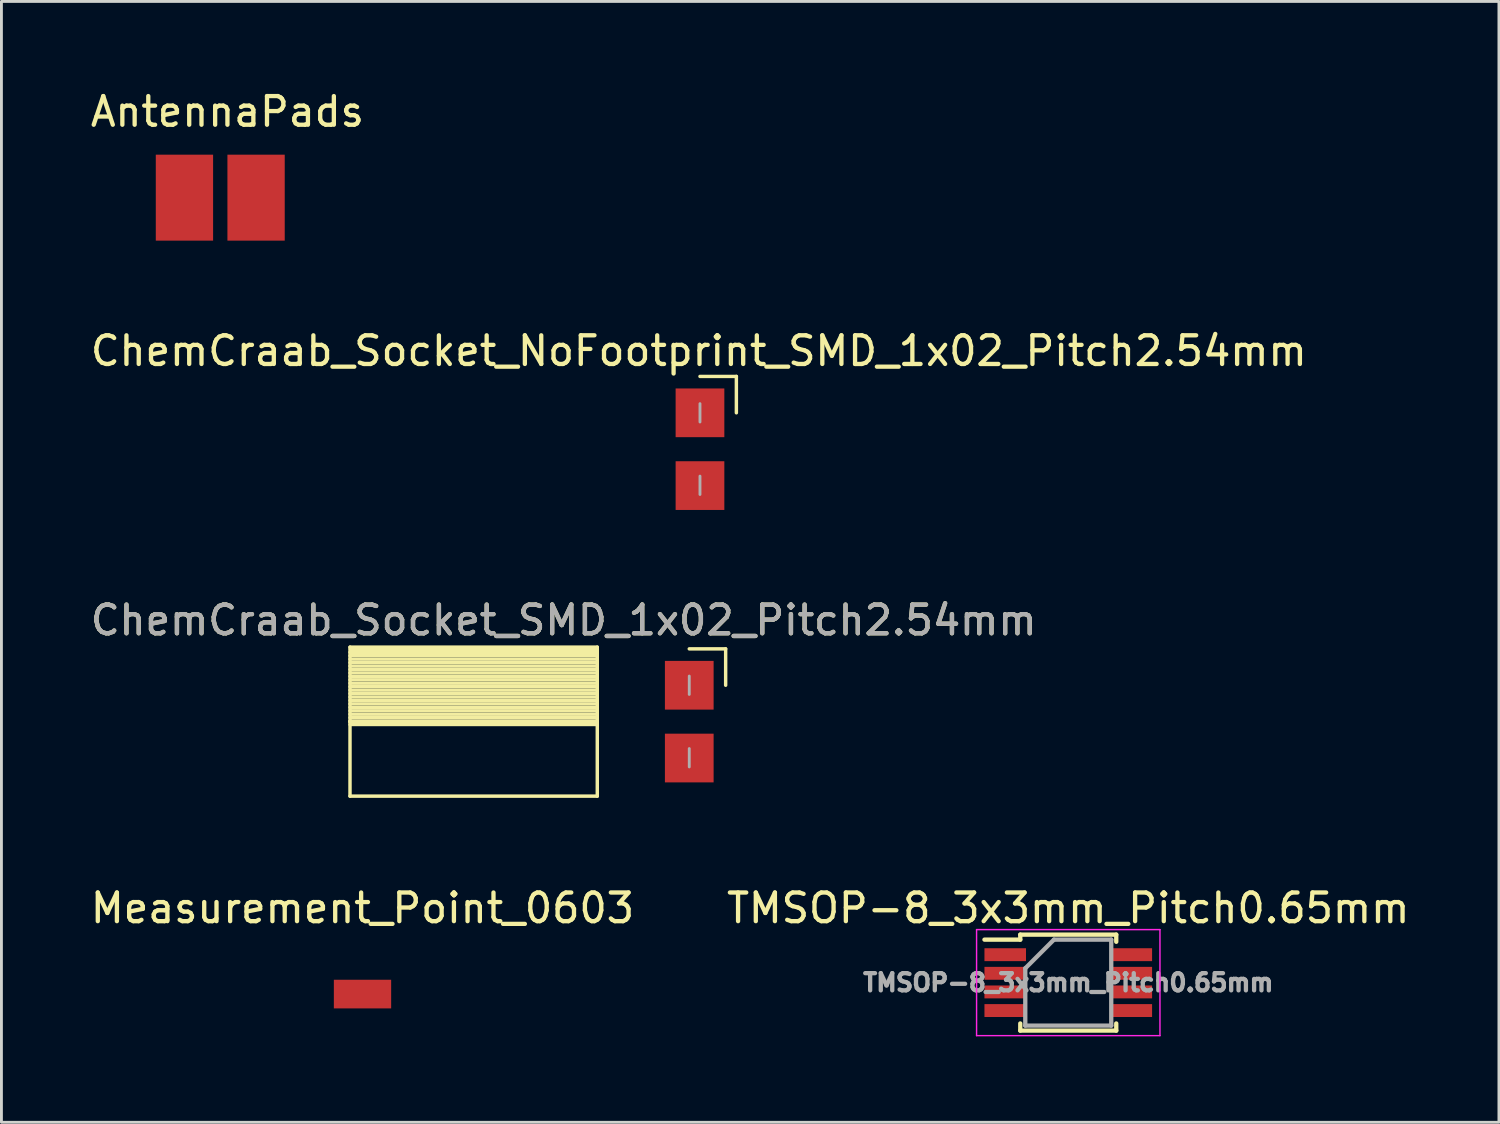
<source format=kicad_pcb>
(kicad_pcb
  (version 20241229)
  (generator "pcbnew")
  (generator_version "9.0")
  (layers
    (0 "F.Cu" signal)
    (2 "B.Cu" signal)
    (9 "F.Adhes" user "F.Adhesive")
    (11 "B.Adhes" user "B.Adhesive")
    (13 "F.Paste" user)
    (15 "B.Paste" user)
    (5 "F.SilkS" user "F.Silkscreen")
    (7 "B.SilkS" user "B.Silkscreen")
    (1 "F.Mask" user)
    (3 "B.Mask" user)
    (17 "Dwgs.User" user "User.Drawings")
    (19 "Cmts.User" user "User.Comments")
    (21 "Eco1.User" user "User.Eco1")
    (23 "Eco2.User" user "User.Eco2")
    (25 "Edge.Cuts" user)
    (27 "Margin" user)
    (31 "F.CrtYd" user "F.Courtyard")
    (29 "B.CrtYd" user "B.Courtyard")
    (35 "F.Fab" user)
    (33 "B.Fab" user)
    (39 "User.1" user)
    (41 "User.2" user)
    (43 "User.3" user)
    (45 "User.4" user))
  (footprint "ChemCraab_Socket_NoFootprint_SMD_1x02_Pitch2.54mm"
    (layer "F.Cu")
    (at 21.379 11.357)
    (property "Reference" "ChemCraab_Socket_NoFootprint_SMD_1x02_Pitch2.54mm" (at -0.04 -2.16 0) (layer "F.SilkS") (effects (font (size 1 1) (thickness 0.15))))
    (attr through_hole)
    (fp_line (start 0 -1.27) (end 1.27 -1.27) (stroke (width 0.12) (type solid)) (layer "F.SilkS"))
    (fp_line (start 1.27 -1.27) (end 1.27 0) (stroke (width 0.12) (type solid)) (layer "F.SilkS"))
    (fp_line (start 0 -0.32) (end 0 0.32) (stroke (width 0.1) (type solid)) (layer "F.Fab"))
    (fp_line (start 0 2.21) (end 0 2.85) (stroke (width 0.1) (type solid)) (layer "F.Fab"))
    (pad "1" smd rect (at 0 0) (size 1.7 1.7) (layers "F.Cu" "F.Mask" "F.Paste"))
    (pad "2" smd rect (at 0 2.54) (size 1.7 1.7) (layers "F.Cu" "F.Mask" "F.Paste")))
  (footprint "ChemCraab_Socket_SMD_1x02_Pitch2.54mm"
    (layer "F.Cu")
    (at 21.005 20.865)
    (property "Reference" "ChemCraab_Socket_SMD_1x02_Pitch2.54mm" (at -4.38 -2.27 0) (layer "F.SilkS") (effects (font (size 1 1) (thickness 0.15))))
    (attr through_hole)
    (fp_line (start -11.84 -1.33) (end -3.21 -1.33) (stroke (width 0.12) (type solid)) (layer "F.SilkS"))
    (fp_line (start -11.84 1.27) (end -11.84 -1.33) (stroke (width 0.12) (type solid)) (layer "F.SilkS"))
    (fp_line (start -11.84 1.27) (end -3.21 1.27) (stroke (width 0.12) (type solid)) (layer "F.SilkS"))
    (fp_line (start -11.84 3.87) (end -11.84 1.27) (stroke (width 0.12) (type solid)) (layer "F.SilkS"))
    (fp_line (start -3.26 -1.26) (end -11.81 -1.26) (stroke (width 0.15) (type solid)) (layer "F.SilkS"))
    (fp_line (start -3.21 -1.33) (end -3.21 1.27) (stroke (width 0.12) (type solid)) (layer "F.SilkS"))
    (fp_line (start -3.21 -1.15) (end -11.84 -1.15) (stroke (width 0.12) (type solid)) (layer "F.SilkS"))
    (fp_line (start -3.21 -1.03) (end -11.84 -1.03) (stroke (width 0.12) (type solid)) (layer "F.SilkS"))
    (fp_line (start -3.21 -0.91) (end -11.84 -0.91) (stroke (width 0.12) (type solid)) (layer "F.SilkS"))
    (fp_line (start -3.21 -0.79) (end -11.84 -0.79) (stroke (width 0.12) (type solid)) (layer "F.SilkS"))
    (fp_line (start -3.21 -0.67) (end -11.84 -0.67) (stroke (width 0.12) (type solid)) (layer "F.SilkS"))
    (fp_line (start -3.21 -0.55) (end -11.84 -0.55) (stroke (width 0.12) (type solid)) (layer "F.SilkS"))
    (fp_line (start -3.21 -0.43) (end -11.84 -0.43) (stroke (width 0.12) (type solid)) (layer "F.SilkS"))
    (fp_line (start -3.21 -0.31) (end -11.84 -0.31) (stroke (width 0.12) (type solid)) (layer "F.SilkS"))
    (fp_line (start -3.21 -0.19) (end -11.84 -0.19) (stroke (width 0.12) (type solid)) (layer "F.SilkS"))
    (fp_line (start -3.21 -0.07) (end -11.84 -0.07) (stroke (width 0.12) (type solid)) (layer "F.SilkS"))
    (fp_line (start -3.21 0.05) (end -11.84 0.05) (stroke (width 0.12) (type solid)) (layer "F.SilkS"))
    (fp_line (start -3.21 0.17) (end -11.84 0.17) (stroke (width 0.12) (type solid)) (layer "F.SilkS"))
    (fp_line (start -3.21 0.29) (end -11.84 0.29) (stroke (width 0.12) (type solid)) (layer "F.SilkS"))
    (fp_line (start -3.21 0.41) (end -11.84 0.41) (stroke (width 0.12) (type solid)) (layer "F.SilkS"))
    (fp_line (start -3.21 0.53) (end -11.84 0.53) (stroke (width 0.12) (type solid)) (layer "F.SilkS"))
    (fp_line (start -3.21 0.65) (end -11.84 0.65) (stroke (width 0.12) (type solid)) (layer "F.SilkS"))
    (fp_line (start -3.21 0.77) (end -11.84 0.77) (stroke (width 0.12) (type solid)) (layer "F.SilkS"))
    (fp_line (start -3.21 0.89) (end -11.84 0.89) (stroke (width 0.12) (type solid)) (layer "F.SilkS"))
    (fp_line (start -3.21 1.01) (end -11.84 1.01) (stroke (width 0.12) (type solid)) (layer "F.SilkS"))
    (fp_line (start -3.21 1.13) (end -11.84 1.13) (stroke (width 0.12) (type solid)) (layer "F.SilkS"))
    (fp_line (start -3.21 1.25) (end -11.84 1.25) (stroke (width 0.12) (type solid)) (layer "F.SilkS"))
    (fp_line (start -3.21 1.27) (end -11.84 1.27) (stroke (width 0.12) (type solid)) (layer "F.SilkS"))
    (fp_line (start -3.21 1.27) (end -3.21 3.87) (stroke (width 0.12) (type solid)) (layer "F.SilkS"))
    (fp_line (start -3.21 1.37) (end -11.84 1.37) (stroke (width 0.12) (type solid)) (layer "F.SilkS"))
    (fp_line (start -3.21 3.87) (end -11.84 3.87) (stroke (width 0.12) (type solid)) (layer "F.SilkS"))
    (fp_line (start 0 -1.27) (end 1.27 -1.27) (stroke (width 0.12) (type solid)) (layer "F.SilkS"))
    (fp_line (start 1.27 -1.27) (end 1.27 0) (stroke (width 0.12) (type solid)) (layer "F.SilkS"))
    (fp_line (start 0 -0.32) (end 0 0.32) (stroke (width 0.1) (type solid)) (layer "F.Fab"))
    (fp_line (start 0 2.21) (end 0 2.85) (stroke (width 0.1) (type solid)) (layer "F.Fab"))
    (fp_text user "${REFERENCE}" (at -4.38 -2.27 0) (layer "F.Fab") (effects (font (size 1 1) (thickness 0.15))))
    (pad "1" smd rect (at 0 0) (size 1.7 1.7) (layers "F.Cu" "F.Mask" "F.Paste"))
    (pad "2" smd rect (at 0 2.54) (size 1.7 1.7) (layers "F.Cu" "F.Mask" "F.Paste")))
  (footprint "AntennaPads"
    (layer "F.Cu")
    (at 4.887 3.848)
    (property "Reference" "AntennaPads" (at 0 -3 0) (layer "F.SilkS") (effects (font (size 1 1) (thickness 0.15))))
    (attr through_hole)
    (pad "1" smd rect (at -1.5 0) (size 2 3) (layers "F.Cu" "F.Mask" "F.Paste"))
    (pad "2" smd rect (at 1 0) (size 2 3) (layers "F.Cu" "F.Mask" "F.Paste")))
  (footprint "Measurement_Point_0603"
    (layer "F.Cu")
    (at 9.601 31.643)
    (property "Reference" "Measurement_Point_0603" (at 0 -3 0) (layer "F.SilkS") (effects (font (size 1 1) (thickness 0.15))))
    (attr exclude_from_pos_files exclude_from_bom)
    (pad "1" smd rect (at 0 0) (size 2 1) (layers "F.Cu" "F.Mask" "F.Paste")))
  (footprint "TMSOP-8_3x3mm_Pitch0.65mm"
    (layer "F.Cu")
    (at 34.232 31.243)
    (property "Reference" "TMSOP-8_3x3mm_Pitch0.65mm" (at 0 -2.6 0) (layer "F.SilkS") (effects (font (size 1 1) (thickness 0.15))))
    (attr smd)
    (fp_line (start -1.675 -1.675) (end -1.675 -1.5) (stroke (width 0.15) (type solid)) (layer "F.SilkS"))
    (fp_line (start -1.675 -1.675) (end 1.675 -1.675) (stroke (width 0.15) (type solid)) (layer "F.SilkS"))
    (fp_line (start -1.675 -1.5) (end -2.925 -1.5) (stroke (width 0.15) (type solid)) (layer "F.SilkS"))
    (fp_line (start -1.675 1.675) (end -1.675 1.425) (stroke (width 0.15) (type solid)) (layer "F.SilkS"))
    (fp_line (start -1.675 1.675) (end 1.675 1.675) (stroke (width 0.15) (type solid)) (layer "F.SilkS"))
    (fp_line (start 1.675 -1.675) (end 1.675 -1.425) (stroke (width 0.15) (type solid)) (layer "F.SilkS"))
    (fp_line (start 1.675 1.675) (end 1.675 1.425) (stroke (width 0.15) (type solid)) (layer "F.SilkS"))
    (fp_line (start -3.2 -1.85) (end -3.2 1.85) (stroke (width 0.05) (type solid)) (layer "F.CrtYd"))
    (fp_line (start -3.2 -1.85) (end 3.2 -1.85) (stroke (width 0.05) (type solid)) (layer "F.CrtYd"))
    (fp_line (start -3.2 1.85) (end 3.2 1.85) (stroke (width 0.05) (type solid)) (layer "F.CrtYd"))
    (fp_line (start 3.2 -1.85) (end 3.2 1.85) (stroke (width 0.05) (type solid)) (layer "F.CrtYd"))
    (fp_line (start -1.5 -0.5) (end -0.5 -1.5) (stroke (width 0.15) (type solid)) (layer "F.Fab"))
    (fp_line (start -1.5 1.5) (end -1.5 -0.5) (stroke (width 0.15) (type solid)) (layer "F.Fab"))
    (fp_line (start -0.5 -1.5) (end 1.5 -1.5) (stroke (width 0.15) (type solid)) (layer "F.Fab"))
    (fp_line (start 1.5 -1.5) (end 1.5 1.5) (stroke (width 0.15) (type solid)) (layer "F.Fab"))
    (fp_line (start 1.5 1.5) (end -1.5 1.5) (stroke (width 0.15) (type solid)) (layer "F.Fab"))
    (fp_text user "${REFERENCE}" (at 0 0 0) (layer "F.Fab") (effects (font (size 0.6 0.6) (thickness 0.15))))
    (pad "1" smd rect (at -2.2 -0.975) (size 1.45 0.45) (layers "F.Cu" "F.Mask" "F.Paste"))
    (pad "2" smd rect (at -2.2 -0.325) (size 1.45 0.45) (layers "F.Cu" "F.Mask" "F.Paste"))
    (pad "3" smd rect (at -2.2 0.325) (size 1.45 0.45) (layers "F.Cu" "F.Mask" "F.Paste"))
    (pad "4" smd rect (at -2.2 0.975) (size 1.45 0.45) (layers "F.Cu" "F.Mask" "F.Paste"))
    (pad "5" smd rect (at 2.2 0.975) (size 1.45 0.45) (layers "F.Cu" "F.Mask" "F.Paste"))
    (pad "6" smd rect (at 2.2 0.325) (size 1.45 0.45) (layers "F.Cu" "F.Mask" "F.Paste"))
    (pad "7" smd rect (at 2.2 -0.325) (size 1.45 0.45) (layers "F.Cu" "F.Mask" "F.Paste"))
    (pad "8" smd rect (at 2.2 -0.975) (size 1.45 0.45) (layers "F.Cu" "F.Mask" "F.Paste")))
  (gr_rect
    (start -3 -3)
    (end 49.262 36.118)
    (stroke (width 0.1) (type default))
    (fill no)
    (layer "Edge.Cuts")))
</source>
